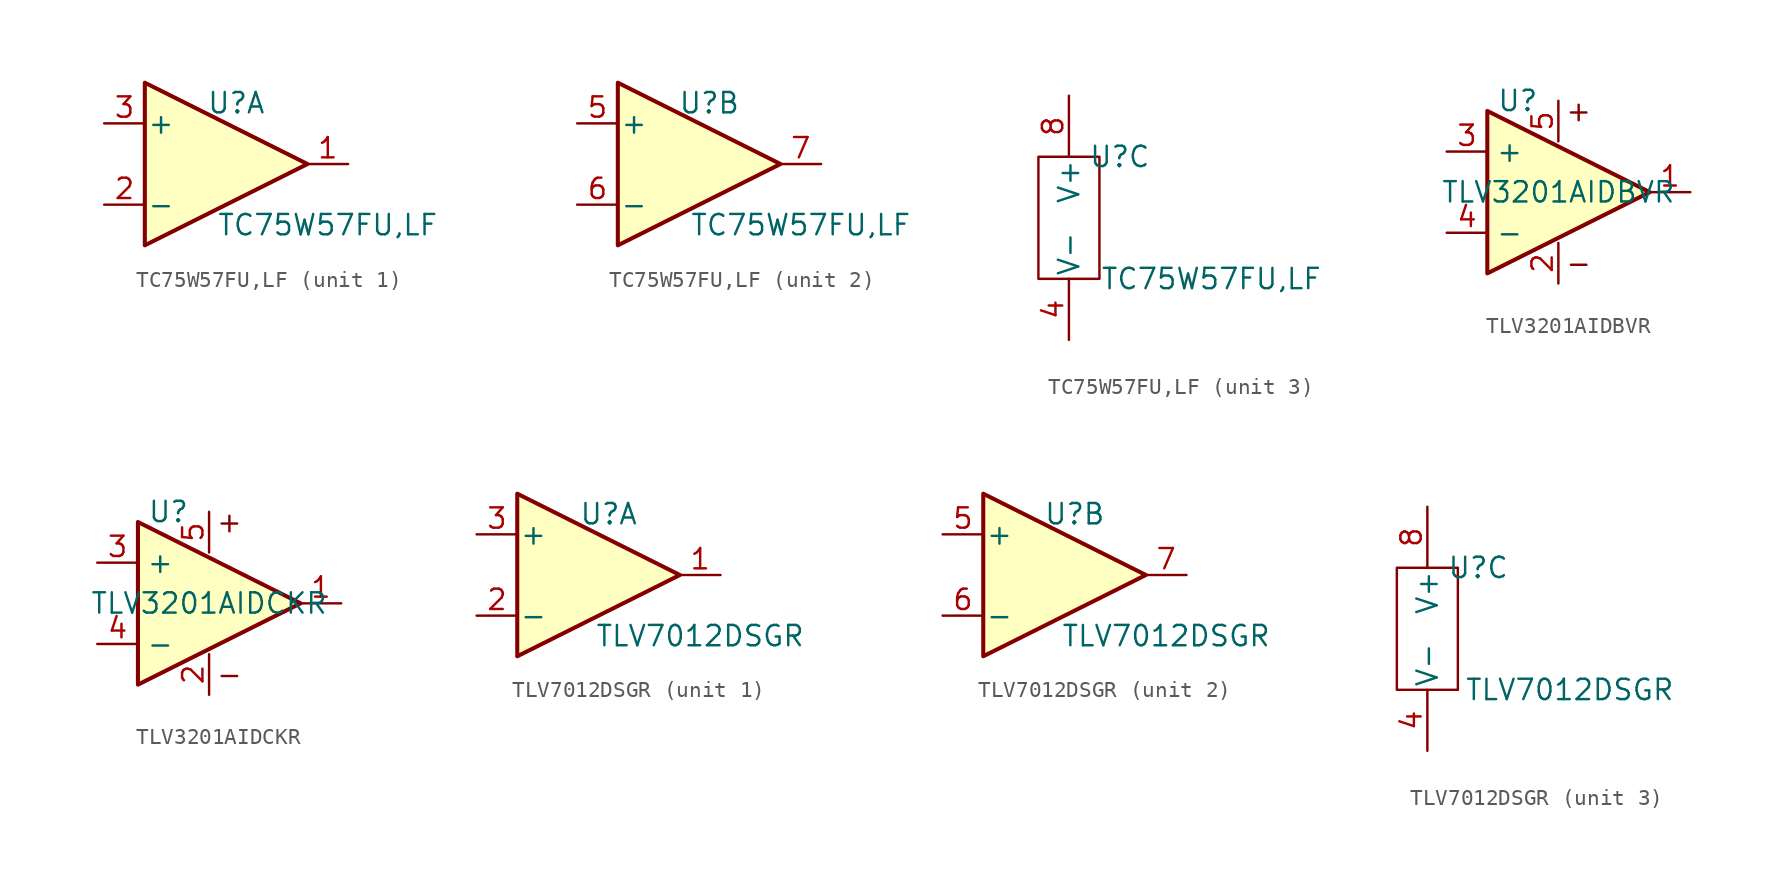
<source format=kicad_sym>
(kicad_symbol_lib
  (version 20220914)
  (generator kicad_symbol_editor)
  (symbol "TC75W57FU,LF"
    (pin_names
      (offset 0.127))
    (property "Reference" "U"
      (at 0.635 3.81 0)
      (effects (font (size 1.27 1.27))))
    (property "Value" "TC75W57FU,LF"
      (at 6.35 -3.81 0)
      (effects (font (size 1.27 1.27))))
    (property "ki_locked" ""
      (at 0 0 0)
      (effects (font (size 1.27 1.27))))
    (symbol "TC75W57FU,LF_1_1"
      (polyline (pts (xy -5.08 5.08) (xy 5.08 0) (xy -5.08 -5.08) (xy -5.08 5.08)) (stroke (width 0.254) (type default)) (fill (type background)))
      (pin output line (at 7.62 0 180) (length 2.54) (name "~" (effects (font (size 1.27 1.27)))) (number "1" (effects (font (size 1.27 1.27)))))
      (pin input line (at -7.62 -2.54 0) (length 2.54) (name "-" (effects (font (size 1.27 1.27)))) (number "2" (effects (font (size 1.27 1.27)))))
      (pin input line (at -7.62 2.54 0) (length 2.54) (name "+" (effects (font (size 1.27 1.27)))) (number "3" (effects (font (size 1.27 1.27))))))
    (symbol "TC75W57FU,LF_2_1"
      (polyline (pts (xy -5.08 5.08) (xy 5.08 0) (xy -5.08 -5.08) (xy -5.08 5.08)) (stroke (width 0.254) (type default)) (fill (type background)))
      (pin input line (at -7.62 2.54 0) (length 2.54) (name "+" (effects (font (size 1.27 1.27)))) (number "5" (effects (font (size 1.27 1.27)))))
      (pin input line (at -7.62 -2.54 0) (length 2.54) (name "-" (effects (font (size 1.27 1.27)))) (number "6" (effects (font (size 1.27 1.27)))))
      (pin open_collector line (at 7.62 0 180) (length 2.54) (name "~" (effects (font (size 1.27 1.27)))) (number "7" (effects (font (size 1.27 1.27))))))
    (symbol "TC75W57FU,LF_3_1"
      (rectangle (start -4.445 3.81) (end -0.635 -3.81) (stroke (width 0) (type default)) (fill (type none)))
      (pin power_in line (at -2.54 -7.62 90) (length 3.81) (name "V-" (effects (font (size 1.27 1.27)))) (number "4" (effects (font (size 1.27 1.27)))))
      (pin power_in line (at -2.54 7.62 270) (length 3.81) (name "V+" (effects (font (size 1.27 1.27)))) (number "8" (effects (font (size 1.27 1.27)))))))
  (symbol "TLV3201AIDBVR"
    (property "Reference" "U"
      (at -2.54 5.715 0)
      (effects (font (size 1.27 1.27))))
    (property "Value" "TLV3201AIDBVR"
      (at 0 0 0)
      (effects (font (size 1.27 1.27))))
    (symbol "TLV3201AIDBVR_1_1"
      (polyline (pts (xy -4.445 5.08) (xy 5.715 0) (xy -4.445 -5.08) (xy -4.445 5.08)) (stroke (width 0.254) (type default)) (fill (type background)))
      (text "+" (at 1.27 5.08 0) (effects (font (size 1.27 1.27))))
      (text "-" (at 1.27 -4.445 0) (effects (font (size 1.27 1.27))))
      (pin output line (at 8.255 0 180) (length 2.54) (name "~" (effects (font (size 1.27 1.27)))) (number "1" (effects (font (size 1.27 1.27)))))
      (pin output line (at 0 -5.715 90) (length 2.54) (name "~" (effects (font (size 1.27 1.27)))) (number "2" (effects (font (size 1.27 1.27)))))
      (pin input line (at -6.985 2.54 0) (length 2.54) (name "+" (effects (font (size 1.27 1.27)))) (number "3" (effects (font (size 1.27 1.27)))))
      (pin input line (at -6.985 -2.54 0) (length 2.54) (name "-" (effects (font (size 1.27 1.27)))) (number "4" (effects (font (size 1.27 1.27)))))
      (pin power_in line (at 0 5.715 270) (length 2.54) (name "~" (effects (font (size 1.27 1.27)))) (number "5" (effects (font (size 1.27 1.27)))))))
  (symbol "TLV3201AIDCKR"
    (property "Reference" "U"
      (at -2.54 5.715 0)
      (effects (font (size 1.27 1.27))))
    (property "Value" "TLV3201AIDCKR"
      (at 0 0 0)
      (effects (font (size 1.27 1.27))))
    (symbol "TLV3201AIDCKR_1_1"
      (polyline (pts (xy -4.445 5.08) (xy 5.715 0) (xy -4.445 -5.08) (xy -4.445 5.08)) (stroke (width 0.254) (type default)) (fill (type background)))
      (text "+" (at 1.27 5.08 0) (effects (font (size 1.27 1.27))))
      (text "-" (at 1.27 -4.445 0) (effects (font (size 1.27 1.27))))
      (pin output line (at 8.255 0 180) (length 2.54) (name "~" (effects (font (size 1.27 1.27)))) (number "1" (effects (font (size 1.27 1.27)))))
      (pin output line (at 0 -5.715 90) (length 2.54) (name "~" (effects (font (size 1.27 1.27)))) (number "2" (effects (font (size 1.27 1.27)))))
      (pin input line (at -6.985 2.54 0) (length 2.54) (name "+" (effects (font (size 1.27 1.27)))) (number "3" (effects (font (size 1.27 1.27)))))
      (pin input line (at -6.985 -2.54 0) (length 2.54) (name "-" (effects (font (size 1.27 1.27)))) (number "4" (effects (font (size 1.27 1.27)))))
      (pin power_in line (at 0 5.715 270) (length 2.54) (name "~" (effects (font (size 1.27 1.27)))) (number "5" (effects (font (size 1.27 1.27)))))))
  (symbol "TLV7012DSGR"
    (pin_names
      (offset 0.127))
    (property "Reference" "U"
      (at 0.635 3.81 0)
      (effects (font (size 1.27 1.27))))
    (property "Value" "TLV7012DSGR"
      (at 6.35 -3.81 0)
      (effects (font (size 1.27 1.27))))
    (property "ki_locked" ""
      (at 0 0 0)
      (effects (font (size 1.27 1.27))))
    (symbol "TLV7012DSGR_1_1"
      (polyline (pts (xy -5.08 5.08) (xy 5.08 0) (xy -5.08 -5.08) (xy -5.08 5.08)) (stroke (width 0.254) (type default)) (fill (type background)))
      (pin output line (at 7.62 0 180) (length 2.54) (name "~" (effects (font (size 1.27 1.27)))) (number "1" (effects (font (size 1.27 1.27)))))
      (pin input line (at -7.62 -2.54 0) (length 2.54) (name "-" (effects (font (size 1.27 1.27)))) (number "2" (effects (font (size 1.27 1.27)))))
      (pin input line (at -7.62 2.54 0) (length 2.54) (name "+" (effects (font (size 1.27 1.27)))) (number "3" (effects (font (size 1.27 1.27))))))
    (symbol "TLV7012DSGR_2_1"
      (polyline (pts (xy -5.08 5.08) (xy 5.08 0) (xy -5.08 -5.08) (xy -5.08 5.08)) (stroke (width 0.254) (type default)) (fill (type background)))
      (pin input line (at -7.62 2.54 0) (length 2.54) (name "+" (effects (font (size 1.27 1.27)))) (number "5" (effects (font (size 1.27 1.27)))))
      (pin input line (at -7.62 -2.54 0) (length 2.54) (name "-" (effects (font (size 1.27 1.27)))) (number "6" (effects (font (size 1.27 1.27)))))
      (pin open_collector line (at 7.62 0 180) (length 2.54) (name "~" (effects (font (size 1.27 1.27)))) (number "7" (effects (font (size 1.27 1.27))))))
    (symbol "TLV7012DSGR_3_1"
      (rectangle (start -4.445 3.81) (end -0.635 -3.81) (stroke (width 0) (type default)) (fill (type none)))
      (pin power_in line (at -2.54 -7.62 90) (length 3.81) (name "V-" (effects (font (size 1.27 1.27)))) (number "4" (effects (font (size 1.27 1.27)))))
      (pin power_in line (at -2.54 7.62 270) (length 3.81) (name "V+" (effects (font (size 1.27 1.27)))) (number "8" (effects (font (size 1.27 1.27)))))
      (pin power_in line (at -2.54 -7.62 90) (length 3.81) hide (name "V-" (effects (font (size 1.27 1.27)))) (number "9" (effects (font (size 1.27 1.27))))))))
</source>
